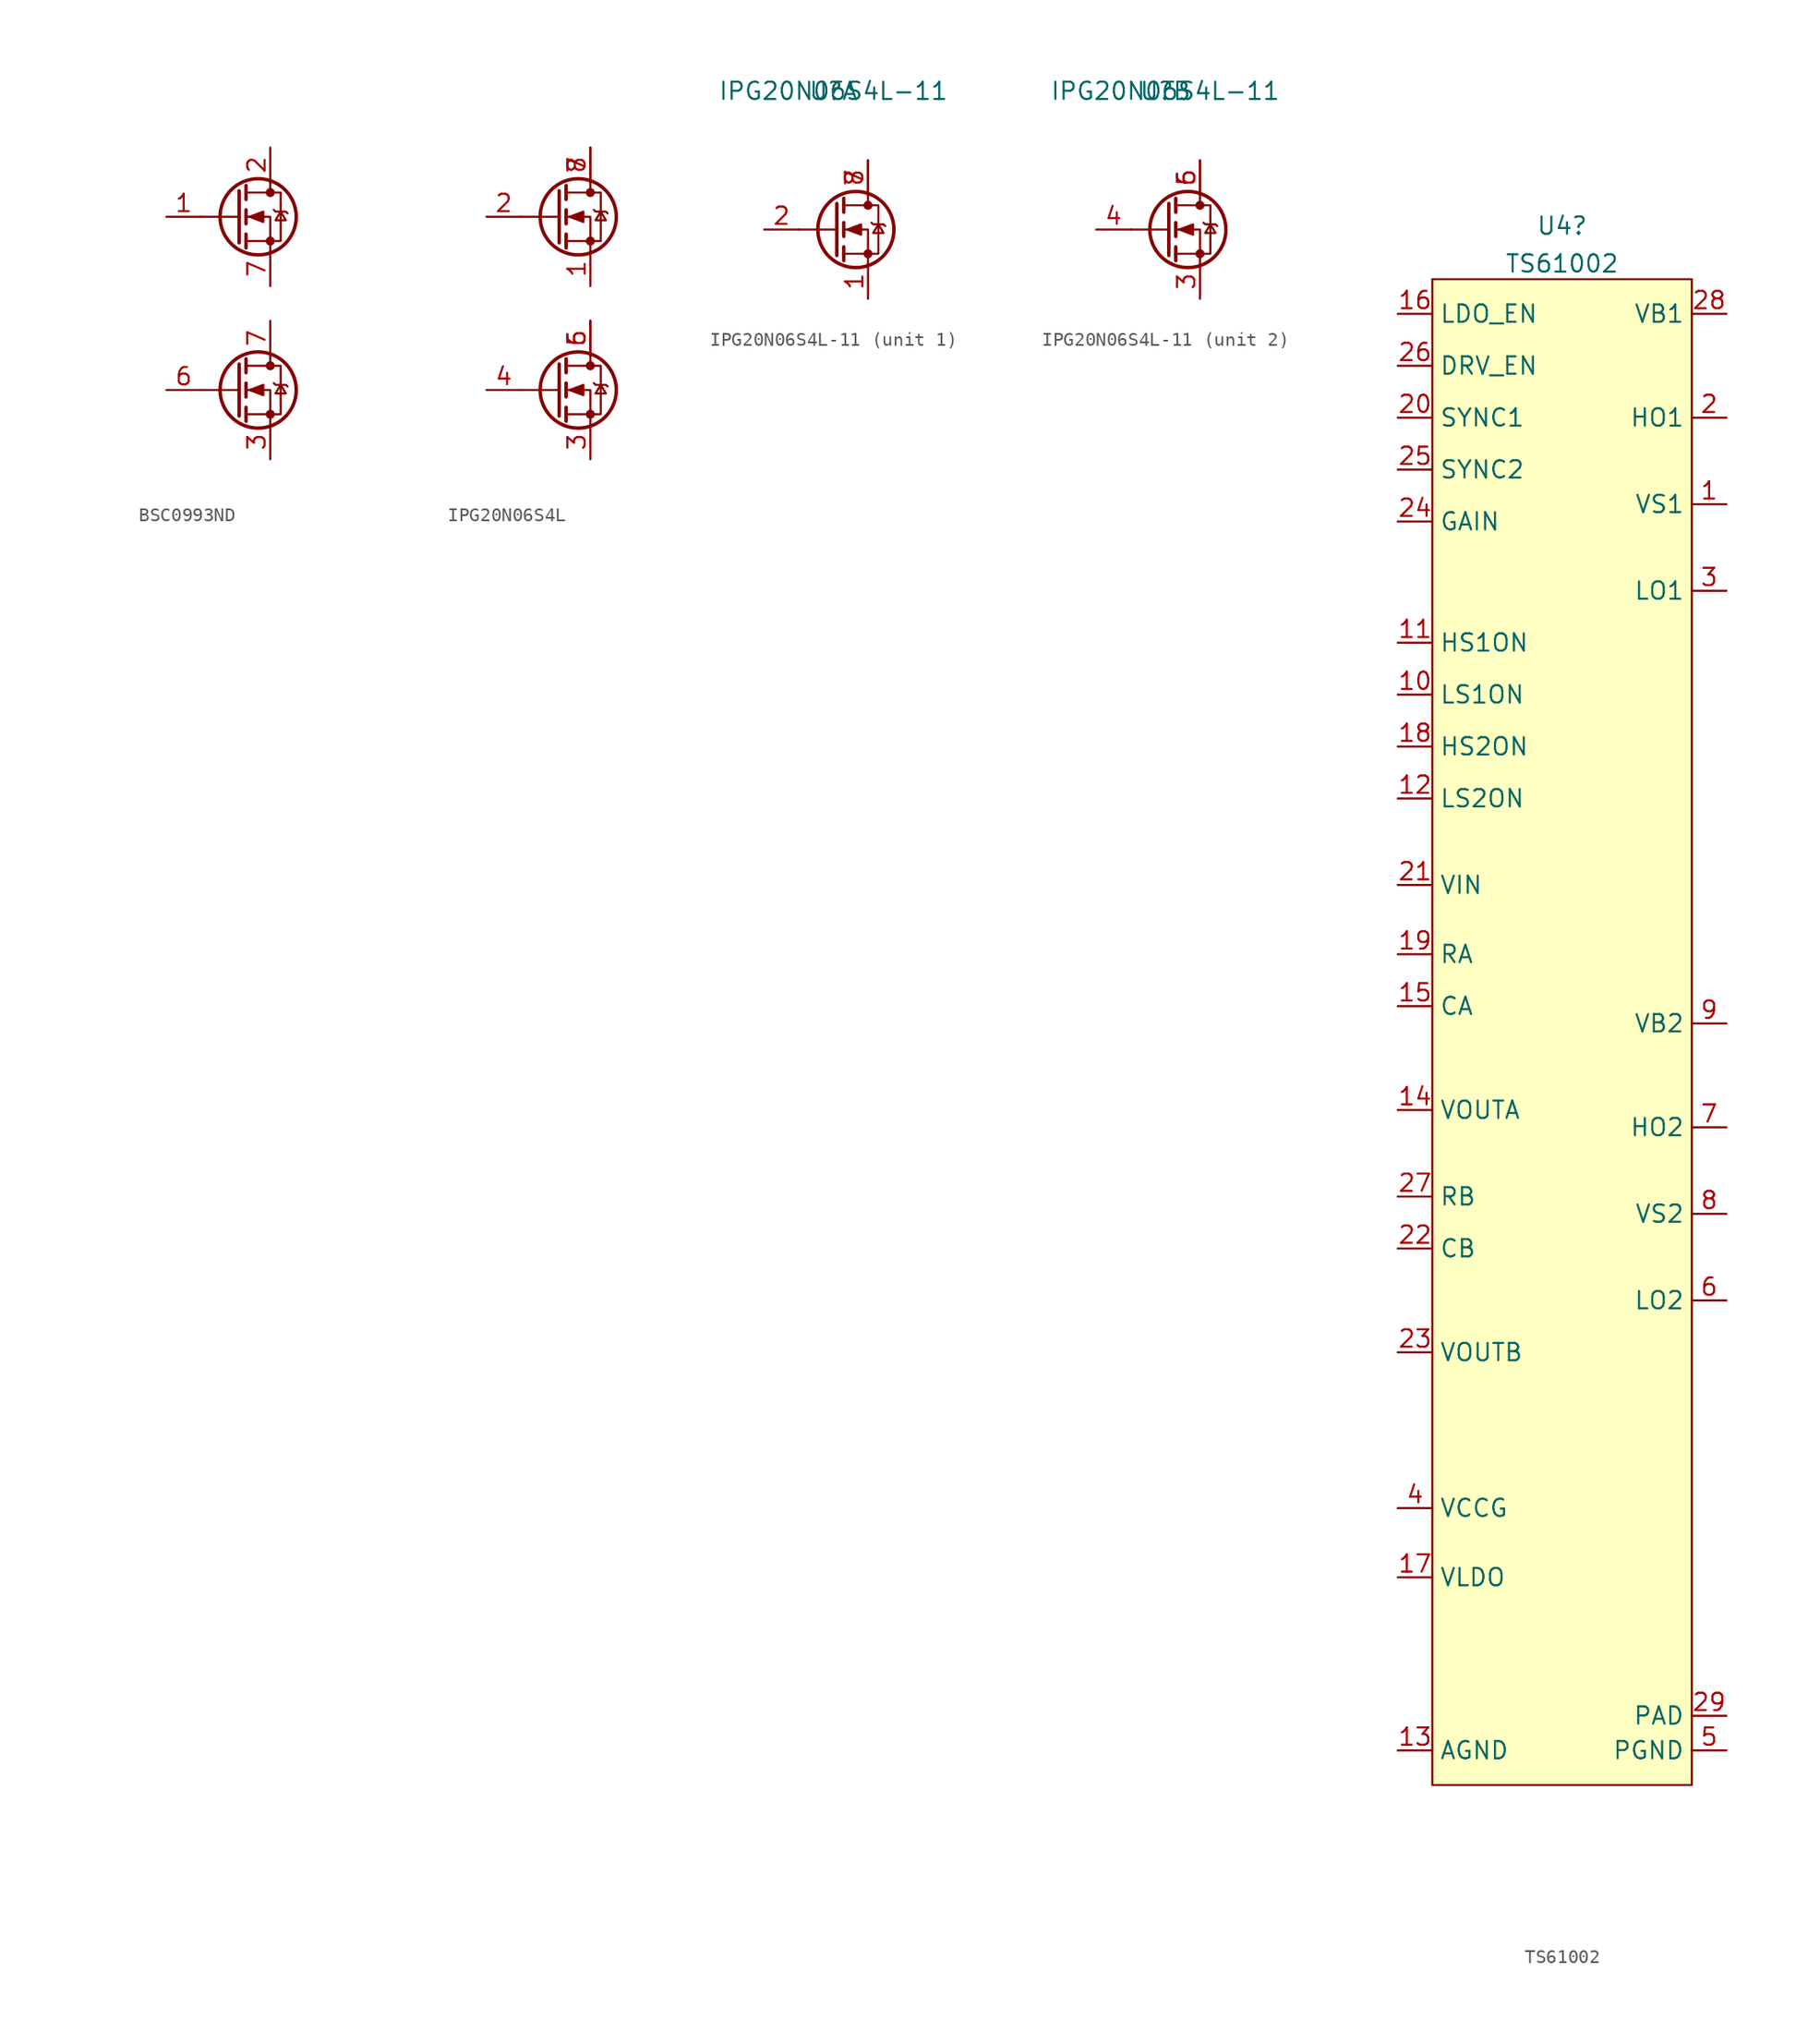
<source format=kicad_sym>
(kicad_symbol_lib
  (version 20211014)
  (generator kicad_symbol_editor)
  (symbol "BSC:BSC0993ND"
    (property "Reference" "U"
      (at 0 6.35 0)
      (effects (font (size 1.27 1.27)) hide))
    (symbol "BSC0993ND_0_0"
      (text "" (at -13.97 15.24 0) (effects (font (size 1.27 1.27)))))
    (symbol "BSC0993ND_0_1"
      (circle (center -0.889 -6.35) (radius 2.794) (stroke (width 0.254)) (stroke (width 0.254) (type default) (color 0 0 0 0)) (fill (type none)))
      (circle (center -0.889 6.35) (radius 2.794) (stroke (width 0.254)) (stroke (width 0.254) (type default) (color 0 0 0 0)) (fill (type none)))
      (circle (center 0 -8.128) (radius 0.254) (stroke (width 0)) (stroke (width 0) (type default) (color 0 0 0 0)) (fill (type outline)))
      (circle (center 0 -4.572) (radius 0.254) (stroke (width 0)) (stroke (width 0) (type default) (color 0 0 0 0)) (fill (type outline)))
      (polyline (pts (xy -2.286 -6.35) (xy -5.08 -6.35)) (stroke (width 0) (type default) (color 0 0 0 0)) (fill (type none)))
      (polyline (pts (xy -2.286 -4.445) (xy -2.286 -8.255)) (stroke (width 0.254) (type default) (color 0 0 0 0)) (fill (type none)))
      (polyline (pts (xy -2.286 6.35) (xy -5.08 6.35)) (stroke (width 0) (type default) (color 0 0 0 0)) (fill (type none)))
      (polyline (pts (xy -2.286 8.255) (xy -2.286 4.445)) (stroke (width 0.254) (type default) (color 0 0 0 0)) (fill (type none)))
      (polyline (pts (xy -1.778 -7.62) (xy -1.778 -8.636)) (stroke (width 0.254) (type default) (color 0 0 0 0)) (fill (type none)))
      (polyline (pts (xy -1.778 -5.842) (xy -1.778 -6.858)) (stroke (width 0.254) (type default) (color 0 0 0 0)) (fill (type none)))
      (polyline (pts (xy -1.778 -4.064) (xy -1.778 -5.08)) (stroke (width 0.254) (type default) (color 0 0 0 0)) (fill (type none)))
      (polyline (pts (xy -1.778 5.08) (xy -1.778 4.064)) (stroke (width 0.254) (type default) (color 0 0 0 0)) (fill (type none)))
      (polyline (pts (xy -1.778 6.858) (xy -1.778 5.842)) (stroke (width 0.254) (type default) (color 0 0 0 0)) (fill (type none)))
      (polyline (pts (xy -1.778 8.636) (xy -1.778 7.62)) (stroke (width 0.254) (type default) (color 0 0 0 0)) (fill (type none)))
      (polyline (pts (xy 0 -3.81) (xy 0 -4.572)) (stroke (width 0) (type default) (color 0 0 0 0)) (fill (type none)))
      (polyline (pts (xy 0 8.89) (xy 0 8.128)) (stroke (width 0) (type default) (color 0 0 0 0)) (fill (type none)))
      (polyline (pts (xy 0 -8.89) (xy 0 -6.35) (xy -1.778 -6.35)) (stroke (width 0) (type default) (color 0 0 0 0)) (fill (type none)))
      (polyline (pts (xy 0 3.81) (xy 0 6.35) (xy -1.778 6.35)) (stroke (width 0) (type default) (color 0 0 0 0)) (fill (type none)))
      (polyline (pts (xy -1.778 -8.128) (xy 0.762 -8.128) (xy 0.762 -4.572) (xy -1.778 -4.572)) (stroke (width 0) (type default) (color 0 0 0 0)) (fill (type none)))
      (polyline (pts (xy -1.778 4.572) (xy 0.762 4.572) (xy 0.762 8.128) (xy -1.778 8.128)) (stroke (width 0) (type default) (color 0 0 0 0)) (fill (type none)))
      (polyline (pts (xy -1.524 -6.35) (xy -0.508 -5.969) (xy -0.508 -6.731) (xy -1.524 -6.35)) (stroke (width 0) (type default) (color 0 0 0 0)) (fill (type outline)))
      (polyline (pts (xy -1.524 6.35) (xy -0.508 6.731) (xy -0.508 5.969) (xy -1.524 6.35)) (stroke (width 0) (type default) (color 0 0 0 0)) (fill (type outline)))
      (polyline (pts (xy 0.254 -5.842) (xy 0.381 -5.969) (xy 1.143 -5.969) (xy 1.27 -6.096)) (stroke (width 0) (type default) (color 0 0 0 0)) (fill (type none)))
      (polyline (pts (xy 0.254 6.858) (xy 0.381 6.731) (xy 1.143 6.731) (xy 1.27 6.604)) (stroke (width 0) (type default) (color 0 0 0 0)) (fill (type none)))
      (polyline (pts (xy 0.762 -5.969) (xy 0.381 -6.604) (xy 1.143 -6.604) (xy 0.762 -5.969)) (stroke (width 0) (type default) (color 0 0 0 0)) (fill (type none)))
      (polyline (pts (xy 0.762 6.731) (xy 0.381 6.096) (xy 1.143 6.096) (xy 0.762 6.731)) (stroke (width 0) (type default) (color 0 0 0 0)) (fill (type none)))
      (circle (center 0 4.572) (radius 0.254) (stroke (width 0)) (stroke (width 0) (type default) (color 0 0 0 0)) (fill (type outline)))
      (circle (center 0 8.128) (radius 0.254) (stroke (width 0)) (stroke (width 0) (type default) (color 0 0 0 0)) (fill (type outline))))
    (symbol "BSC0993ND_1_1"
      (pin passive line (at -7.62 6.35 0) (length 2.54) (name "" (effects (font (size 1.27 1.27)))) (number "1" (effects (font (size 1.27 1.27)))))
      (pin passive line (at 0 11.43 270) (length 2.54) (name "" (effects (font (size 1.27 1.27)))) (number "2" (effects (font (size 1.27 1.27)))))
      (pin passive line (at 0 -11.43 90) (length 2.54) (name "" (effects (font (size 1.27 1.27)))) (number "3" (effects (font (size 1.27 1.27)))))
      (pin passive line (at 0 -11.43 90) (length 2.54) hide (name "" (effects (font (size 1.27 1.27)))) (number "4" (effects (font (size 1.27 1.27)))))
      (pin passive line (at 0 -11.43 90) (length 2.54) hide (name "" (effects (font (size 1.27 1.27)))) (number "5" (effects (font (size 1.27 1.27)))))
      (pin passive line (at -7.62 -6.35 0) (length 2.54) (name "" (effects (font (size 1.27 1.27)))) (number "6" (effects (font (size 1.27 1.27)))))
      (pin passive line (at 0 -1.27 270) (length 2.54) (name "" (effects (font (size 1.27 1.27)))) (number "7" (effects (font (size 1.27 1.27)))))
      (pin passive line (at 0 1.27 90) (length 2.54) (name "" (effects (font (size 1.27 1.27)))) (number "7" (effects (font (size 1.27 1.27)))))))
  (symbol "BSC:IPG20N06S4L"
    (property "Reference" "U"
      (at 0 6.35 0)
      (effects (font (size 1.27 1.27)) hide))
    (symbol "IPG20N06S4L_0_0"
      (text "" (at -13.97 15.24 0) (effects (font (size 1.27 1.27)))))
    (symbol "IPG20N06S4L_0_1"
      (circle (center -0.889 -6.35) (radius 2.794) (stroke (width 0.254)) (stroke (width 0.254) (type default) (color 0 0 0 0)) (fill (type none)))
      (circle (center -0.889 6.35) (radius 2.794) (stroke (width 0.254)) (stroke (width 0.254) (type default) (color 0 0 0 0)) (fill (type none)))
      (circle (center 0 -8.128) (radius 0.254) (stroke (width 0)) (stroke (width 0) (type default) (color 0 0 0 0)) (fill (type outline)))
      (circle (center 0 -4.572) (radius 0.254) (stroke (width 0)) (stroke (width 0) (type default) (color 0 0 0 0)) (fill (type outline)))
      (polyline (pts (xy -2.286 -6.35) (xy -5.08 -6.35)) (stroke (width 0) (type default) (color 0 0 0 0)) (fill (type none)))
      (polyline (pts (xy -2.286 -4.445) (xy -2.286 -8.255)) (stroke (width 0.254) (type default) (color 0 0 0 0)) (fill (type none)))
      (polyline (pts (xy -2.286 6.35) (xy -5.08 6.35)) (stroke (width 0) (type default) (color 0 0 0 0)) (fill (type none)))
      (polyline (pts (xy -2.286 8.255) (xy -2.286 4.445)) (stroke (width 0.254) (type default) (color 0 0 0 0)) (fill (type none)))
      (polyline (pts (xy -1.778 -7.62) (xy -1.778 -8.636)) (stroke (width 0.254) (type default) (color 0 0 0 0)) (fill (type none)))
      (polyline (pts (xy -1.778 -5.842) (xy -1.778 -6.858)) (stroke (width 0.254) (type default) (color 0 0 0 0)) (fill (type none)))
      (polyline (pts (xy -1.778 -4.064) (xy -1.778 -5.08)) (stroke (width 0.254) (type default) (color 0 0 0 0)) (fill (type none)))
      (polyline (pts (xy -1.778 5.08) (xy -1.778 4.064)) (stroke (width 0.254) (type default) (color 0 0 0 0)) (fill (type none)))
      (polyline (pts (xy -1.778 6.858) (xy -1.778 5.842)) (stroke (width 0.254) (type default) (color 0 0 0 0)) (fill (type none)))
      (polyline (pts (xy -1.778 8.636) (xy -1.778 7.62)) (stroke (width 0.254) (type default) (color 0 0 0 0)) (fill (type none)))
      (polyline (pts (xy 0 -3.81) (xy 0 -4.572)) (stroke (width 0) (type default) (color 0 0 0 0)) (fill (type none)))
      (polyline (pts (xy 0 8.89) (xy 0 8.128)) (stroke (width 0) (type default) (color 0 0 0 0)) (fill (type none)))
      (polyline (pts (xy 0 -8.89) (xy 0 -6.35) (xy -1.778 -6.35)) (stroke (width 0) (type default) (color 0 0 0 0)) (fill (type none)))
      (polyline (pts (xy 0 3.81) (xy 0 6.35) (xy -1.778 6.35)) (stroke (width 0) (type default) (color 0 0 0 0)) (fill (type none)))
      (polyline (pts (xy -1.778 -8.128) (xy 0.762 -8.128) (xy 0.762 -4.572) (xy -1.778 -4.572)) (stroke (width 0) (type default) (color 0 0 0 0)) (fill (type none)))
      (polyline (pts (xy -1.778 4.572) (xy 0.762 4.572) (xy 0.762 8.128) (xy -1.778 8.128)) (stroke (width 0) (type default) (color 0 0 0 0)) (fill (type none)))
      (polyline (pts (xy -1.524 -6.35) (xy -0.508 -5.969) (xy -0.508 -6.731) (xy -1.524 -6.35)) (stroke (width 0) (type default) (color 0 0 0 0)) (fill (type outline)))
      (polyline (pts (xy -1.524 6.35) (xy -0.508 6.731) (xy -0.508 5.969) (xy -1.524 6.35)) (stroke (width 0) (type default) (color 0 0 0 0)) (fill (type outline)))
      (polyline (pts (xy 0.254 -5.842) (xy 0.381 -5.969) (xy 1.143 -5.969) (xy 1.27 -6.096)) (stroke (width 0) (type default) (color 0 0 0 0)) (fill (type none)))
      (polyline (pts (xy 0.254 6.858) (xy 0.381 6.731) (xy 1.143 6.731) (xy 1.27 6.604)) (stroke (width 0) (type default) (color 0 0 0 0)) (fill (type none)))
      (polyline (pts (xy 0.762 -5.969) (xy 0.381 -6.604) (xy 1.143 -6.604) (xy 0.762 -5.969)) (stroke (width 0) (type default) (color 0 0 0 0)) (fill (type none)))
      (polyline (pts (xy 0.762 6.731) (xy 0.381 6.096) (xy 1.143 6.096) (xy 0.762 6.731)) (stroke (width 0) (type default) (color 0 0 0 0)) (fill (type none)))
      (circle (center 0 4.572) (radius 0.254) (stroke (width 0)) (stroke (width 0) (type default) (color 0 0 0 0)) (fill (type outline)))
      (circle (center 0 8.128) (radius 0.254) (stroke (width 0)) (stroke (width 0) (type default) (color 0 0 0 0)) (fill (type outline))))
    (symbol "IPG20N06S4L_1_1"
      (pin passive line (at 0 1.27 90) (length 2.54) (name "" (effects (font (size 1.27 1.27)))) (number "1" (effects (font (size 1.27 1.27)))))
      (pin passive line (at -7.62 6.35 0) (length 2.54) (name "" (effects (font (size 1.27 1.27)))) (number "2" (effects (font (size 1.27 1.27)))))
      (pin passive line (at 0 -11.43 90) (length 2.54) (name "" (effects (font (size 1.27 1.27)))) (number "3" (effects (font (size 1.27 1.27)))))
      (pin passive line (at -7.62 -6.35 0) (length 2.54) (name "" (effects (font (size 1.27 1.27)))) (number "4" (effects (font (size 1.27 1.27)))))
      (pin passive line (at 0 -1.27 270) (length 2.54) (name "" (effects (font (size 1.27 1.27)))) (number "5" (effects (font (size 1.27 1.27)))))
      (pin passive line (at 0 -1.27 270) (length 2.54) (name "" (effects (font (size 1.27 1.27)))) (number "6" (effects (font (size 1.27 1.27)))))
      (pin passive line (at 0 11.43 270) (length 2.54) (name "" (effects (font (size 1.27 1.27)))) (number "7" (effects (font (size 1.27 1.27)))))
      (pin passive line (at 0 11.43 270) (length 2.54) (name "" (effects (font (size 1.27 1.27)))) (number "8" (effects (font (size 1.27 1.27)))))))
  (symbol "BSC:IPG20N06S4L-11"
    (property "Reference" "U"
      (at -2.54 10.16 0)
      (effects (font (size 1.27 1.27))))
    (property "Value" "IPG20N06S4L-11"
      (at -2.54 10.16 0)
      (effects (font (size 1.27 1.27))))
    (symbol "IPG20N06S4L-11_0_1"
      (circle (center -0.889 0) (radius 2.794) (stroke (width 0.254)) (stroke (width 0.254) (type default) (color 0 0 0 0)) (fill (type none)))
      (circle (center 0 -1.778) (radius 0.254) (stroke (width 0)) (stroke (width 0) (type default) (color 0 0 0 0)) (fill (type outline)))
      (polyline (pts (xy -2.286 0) (xy -5.08 0)) (stroke (width 0) (type default) (color 0 0 0 0)) (fill (type none)))
      (polyline (pts (xy -2.286 1.905) (xy -2.286 -1.905)) (stroke (width 0.254) (type default) (color 0 0 0 0)) (fill (type none)))
      (polyline (pts (xy -1.778 -1.27) (xy -1.778 -2.286)) (stroke (width 0.254) (type default) (color 0 0 0 0)) (fill (type none)))
      (polyline (pts (xy -1.778 0.508) (xy -1.778 -0.508)) (stroke (width 0.254) (type default) (color 0 0 0 0)) (fill (type none)))
      (polyline (pts (xy -1.778 2.286) (xy -1.778 1.27)) (stroke (width 0.254) (type default) (color 0 0 0 0)) (fill (type none)))
      (polyline (pts (xy 0 2.54) (xy 0 1.778)) (stroke (width 0) (type default) (color 0 0 0 0)) (fill (type none)))
      (polyline (pts (xy 0 -2.54) (xy 0 0) (xy -1.778 0)) (stroke (width 0) (type default) (color 0 0 0 0)) (fill (type none)))
      (polyline (pts (xy -1.778 -1.778) (xy 0.762 -1.778) (xy 0.762 1.778) (xy -1.778 1.778)) (stroke (width 0) (type default) (color 0 0 0 0)) (fill (type none)))
      (polyline (pts (xy -1.524 0) (xy -0.508 0.381) (xy -0.508 -0.381) (xy -1.524 0)) (stroke (width 0) (type default) (color 0 0 0 0)) (fill (type outline)))
      (polyline (pts (xy 0.254 0.508) (xy 0.381 0.381) (xy 1.143 0.381) (xy 1.27 0.254)) (stroke (width 0) (type default) (color 0 0 0 0)) (fill (type none)))
      (polyline (pts (xy 0.762 0.381) (xy 0.381 -0.254) (xy 1.143 -0.254) (xy 0.762 0.381)) (stroke (width 0) (type default) (color 0 0 0 0)) (fill (type none)))
      (circle (center 0 1.778) (radius 0.254) (stroke (width 0)) (stroke (width 0) (type default) (color 0 0 0 0)) (fill (type outline))))
    (symbol "IPG20N06S4L-11_1_1"
      (pin passive line (at 0 -5.08 90) (length 2.54) (name "" (effects (font (size 1.27 1.27)))) (number "1" (effects (font (size 1.27 1.27)))))
      (pin passive line (at -7.62 0 0) (length 2.54) (name "" (effects (font (size 1.27 1.27)))) (number "2" (effects (font (size 1.27 1.27)))))
      (pin passive line (at 0 5.08 270) (length 2.54) (name "" (effects (font (size 1.27 1.27)))) (number "7" (effects (font (size 1.27 1.27)))))
      (pin passive line (at 0 5.08 270) (length 2.54) (name "" (effects (font (size 1.27 1.27)))) (number "8" (effects (font (size 1.27 1.27))))))
    (symbol "IPG20N06S4L-11_2_1"
      (pin passive line (at 0 -5.08 90) (length 2.54) (name "" (effects (font (size 1.27 1.27)))) (number "3" (effects (font (size 1.27 1.27)))))
      (pin passive line (at -7.62 0 0) (length 2.54) (name "" (effects (font (size 1.27 1.27)))) (number "4" (effects (font (size 1.27 1.27)))))
      (pin passive line (at 0 5.08 270) (length 2.54) (name "" (effects (font (size 1.27 1.27)))) (number "5" (effects (font (size 1.27 1.27)))))
      (pin passive line (at 0 5.08 270) (length 2.54) (name "" (effects (font (size 1.27 1.27)))) (number "6" (effects (font (size 1.27 1.27)))))))
  (symbol "BSC:TS61002"
    (property "Reference" "U4"
      (at 0.635 55.986 0)
      (effects (font (size 1.27 1.27))))
    (property "Value" "TS61002"
      (at 0.635 53.211 0)
      (effects (font (size 1.27 1.27))))
    (symbol "TS61002_0_1"
      (rectangle (start -8.89 52.07) (end 10.16 -58.42) (stroke (width 0.152) (type default) (color 0 0 0 0)) (fill (type background))))
    (symbol "TS61002_1_1"
      (pin output line (at 12.7 35.56 180) (length 2.54) (name "VS1" (effects (font (size 1.27 1.27)))) (number "1" (effects (font (size 1.27 1.27)))))
      (pin input line (at -11.43 21.59 0) (length 2.54) (name "LS1ON" (effects (font (size 1.27 1.27)))) (number "10" (effects (font (size 1.27 1.27)))))
      (pin input line (at -11.43 25.4 0) (length 2.54) (name "HS1ON" (effects (font (size 1.27 1.27)))) (number "11" (effects (font (size 1.27 1.27)))))
      (pin input line (at -11.43 13.97 0) (length 2.54) (name "LS2ON" (effects (font (size 1.27 1.27)))) (number "12" (effects (font (size 1.27 1.27)))))
      (pin output line (at -11.43 -55.88 0) (length 2.54) (name "AGND" (effects (font (size 1.27 1.27)))) (number "13" (effects (font (size 1.27 1.27)))))
      (pin output line (at -11.43 -8.89 0) (length 2.54) (name "VOUTA" (effects (font (size 1.27 1.27)))) (number "14" (effects (font (size 1.27 1.27)))))
      (pin passive line (at -11.43 -1.27 0) (length 2.54) (name "CA" (effects (font (size 1.27 1.27)))) (number "15" (effects (font (size 1.27 1.27)))))
      (pin input line (at -11.43 49.53 0) (length 2.54) (name "LDO_EN" (effects (font (size 1.27 1.27)))) (number "16" (effects (font (size 1.27 1.27)))))
      (pin power_out line (at -11.43 -43.18 0) (length 2.54) (name "VLDO" (effects (font (size 1.27 1.27)))) (number "17" (effects (font (size 1.27 1.27)))))
      (pin input line (at -11.43 17.78 0) (length 2.54) (name "HS2ON" (effects (font (size 1.27 1.27)))) (number "18" (effects (font (size 1.27 1.27)))))
      (pin output line (at -11.43 2.54 0) (length 2.54) (name "RA" (effects (font (size 1.27 1.27)))) (number "19" (effects (font (size 1.27 1.27)))))
      (pin output line (at 12.7 41.91 180) (length 2.54) (name "HO1" (effects (font (size 1.27 1.27)))) (number "2" (effects (font (size 1.27 1.27)))))
      (pin input line (at -11.43 41.91 0) (length 2.54) (name "SYNC1" (effects (font (size 1.27 1.27)))) (number "20" (effects (font (size 1.27 1.27)))))
      (pin input line (at -11.43 7.62 0) (length 2.54) (name "VIN" (effects (font (size 1.27 1.27)))) (number "21" (effects (font (size 1.27 1.27)))))
      (pin passive line (at -11.43 -19.05 0) (length 2.54) (name "CB" (effects (font (size 1.27 1.27)))) (number "22" (effects (font (size 1.27 1.27)))))
      (pin output line (at -11.43 -26.67 0) (length 2.54) (name "VOUTB" (effects (font (size 1.27 1.27)))) (number "23" (effects (font (size 1.27 1.27)))))
      (pin input line (at -11.43 34.29 0) (length 2.54) (name "GAIN" (effects (font (size 1.27 1.27)))) (number "24" (effects (font (size 1.27 1.27)))))
      (pin input line (at -11.43 38.1 0) (length 2.54) (name "SYNC2" (effects (font (size 1.27 1.27)))) (number "25" (effects (font (size 1.27 1.27)))))
      (pin input line (at -11.43 45.72 0) (length 2.54) (name "DRV_EN" (effects (font (size 1.27 1.27)))) (number "26" (effects (font (size 1.27 1.27)))))
      (pin output line (at -11.43 -15.24 0) (length 2.54) (name "RB" (effects (font (size 1.27 1.27)))) (number "27" (effects (font (size 1.27 1.27)))))
      (pin passive line (at 12.7 49.53 180) (length 2.54) (name "VB1" (effects (font (size 1.27 1.27)))) (number "28" (effects (font (size 1.27 1.27)))))
      (pin passive line (at 12.7 -53.34 180) (length 2.54) (name "PAD" (effects (font (size 1.27 1.27)))) (number "29" (effects (font (size 1.27 1.27)))))
      (pin output line (at 12.7 29.21 180) (length 2.54) (name "LO1" (effects (font (size 1.27 1.27)))) (number "3" (effects (font (size 1.27 1.27)))))
      (pin power_in line (at -11.43 -38.1 0) (length 2.54) (name "VCCG" (effects (font (size 1.27 1.27)))) (number "4" (effects (font (size 1.27 1.27)))))
      (pin passive line (at 12.7 -55.88 180) (length 2.54) (name "PGND" (effects (font (size 1.27 1.27)))) (number "5" (effects (font (size 1.27 1.27)))))
      (pin output line (at 12.7 -22.86 180) (length 2.54) (name "LO2" (effects (font (size 1.27 1.27)))) (number "6" (effects (font (size 1.27 1.27)))))
      (pin output line (at 12.7 -10.16 180) (length 2.54) (name "HO2" (effects (font (size 1.27 1.27)))) (number "7" (effects (font (size 1.27 1.27)))))
      (pin output line (at 12.7 -16.51 180) (length 2.54) (name "VS2" (effects (font (size 1.27 1.27)))) (number "8" (effects (font (size 1.27 1.27)))))
      (pin passive line (at 12.7 -2.54 180) (length 2.54) (name "VB2" (effects (font (size 1.27 1.27)))) (number "9" (effects (font (size 1.27 1.27))))))))
</source>
